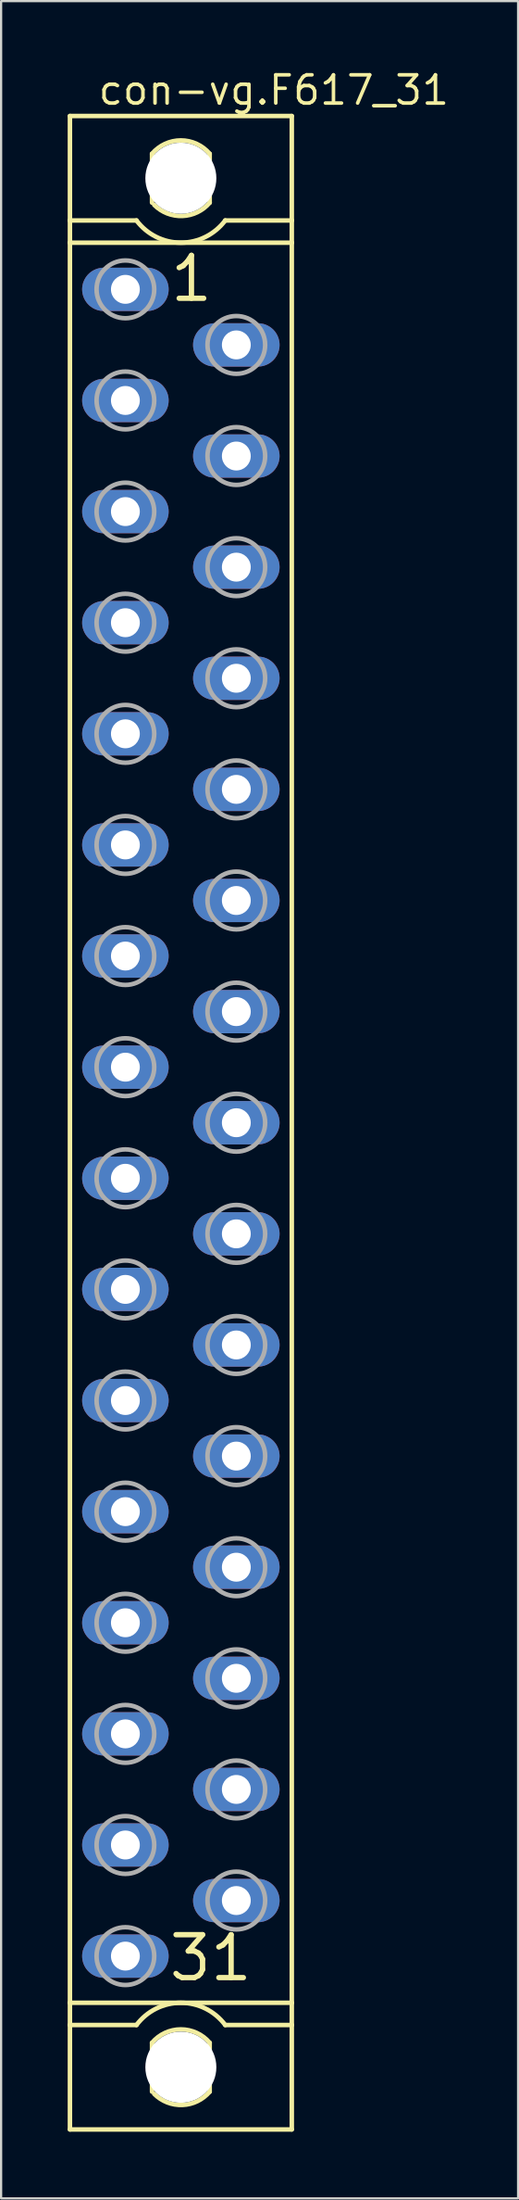
<source format=kicad_pcb>
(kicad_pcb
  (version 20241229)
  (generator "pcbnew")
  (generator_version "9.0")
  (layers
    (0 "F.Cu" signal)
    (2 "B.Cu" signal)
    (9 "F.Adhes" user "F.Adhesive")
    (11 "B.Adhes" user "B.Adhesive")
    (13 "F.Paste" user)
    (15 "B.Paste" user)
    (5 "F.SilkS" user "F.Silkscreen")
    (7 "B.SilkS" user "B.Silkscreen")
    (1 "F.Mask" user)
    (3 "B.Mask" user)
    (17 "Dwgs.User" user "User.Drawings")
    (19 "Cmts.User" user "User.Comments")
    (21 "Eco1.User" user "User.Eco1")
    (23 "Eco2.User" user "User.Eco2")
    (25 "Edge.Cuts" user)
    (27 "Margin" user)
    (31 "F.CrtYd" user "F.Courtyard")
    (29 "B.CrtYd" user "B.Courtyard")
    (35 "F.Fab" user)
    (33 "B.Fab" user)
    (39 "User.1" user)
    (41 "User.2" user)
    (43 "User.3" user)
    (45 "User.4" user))
  (footprint "con-vg.F617_31"
    (layer "F.Cu")
    (at 5.102 47.47)
    (property "Reference" "con-vg.F617_31" (at -3.81 -45.72 0) (layer "F.SilkS") (effects (font (size 1.27 1.27) (thickness 0.16)) (justify left bottom)))
    (attr through_hole)
    (fp_line (start -5 -45.3) (end -5 -40.6) (stroke (width 0.203) (type default)) (layer "F.SilkS"))
    (fp_line (start -5 -40.6) (end -5 -39.6) (stroke (width 0.203) (type default)) (layer "F.SilkS"))
    (fp_line (start -5 -40.6) (end -2 -40.6) (stroke (width 0.203) (type default)) (layer "F.SilkS"))
    (fp_line (start -5 -39.6) (end -5 39.6) (stroke (width 0.203) (type default)) (layer "F.SilkS"))
    (fp_line (start -5 -39.6) (end 5 -39.6) (stroke (width 0.203) (type default)) (layer "F.SilkS"))
    (fp_line (start -5 39.6) (end -5 40.6) (stroke (width 0.203) (type default)) (layer "F.SilkS"))
    (fp_line (start -5 40.6) (end -5 45.3) (stroke (width 0.203) (type default)) (layer "F.SilkS"))
    (fp_line (start -5 45.3) (end 5 45.3) (stroke (width 0.203) (type default)) (layer "F.SilkS"))
    (fp_line (start -2 40.6) (end -5 40.6) (stroke (width 0.203) (type default)) (layer "F.SilkS"))
    (fp_line (start -1.3 -41.4) (end -1.3 -43.6) (stroke (width 0.203) (type default)) (layer "F.SilkS"))
    (fp_line (start -1.3 43.6) (end -1.3 41.4) (stroke (width 0.203) (type default)) (layer "F.SilkS"))
    (fp_line (start 1.3 -43.6) (end 1.3 -41.4) (stroke (width 0.203) (type default)) (layer "F.SilkS"))
    (fp_line (start 1.3 41.4) (end 1.3 43.6) (stroke (width 0.203) (type default)) (layer "F.SilkS"))
    (fp_line (start 2 -40.6) (end 5 -40.6) (stroke (width 0.203) (type default)) (layer "F.SilkS"))
    (fp_line (start 5 -45.3) (end -5 -45.3) (stroke (width 0.203) (type default)) (layer "F.SilkS"))
    (fp_line (start 5 -40.6) (end 5 -45.3) (stroke (width 0.203) (type default)) (layer "F.SilkS"))
    (fp_line (start 5 -39.6) (end 5 -40.6) (stroke (width 0.203) (type default)) (layer "F.SilkS"))
    (fp_line (start 5 39.6) (end -5 39.6) (stroke (width 0.203) (type default)) (layer "F.SilkS"))
    (fp_line (start 5 39.6) (end 5 -39.6) (stroke (width 0.203) (type default)) (layer "F.SilkS"))
    (fp_line (start 5 40.6) (end 2 40.6) (stroke (width 0.203) (type default)) (layer "F.SilkS"))
    (fp_line (start 5 40.6) (end 5 39.6) (stroke (width 0.203) (type default)) (layer "F.SilkS"))
    (fp_line (start 5 45.3) (end 5 40.6) (stroke (width 0.203) (type default)) (layer "F.SilkS"))
    (fp_arc (start -2 40.6) (mid 0 39.6) (end 2 40.6) (stroke (width 0.2032) (type default)) (layer "F.SilkS"))
    (fp_arc (start -1.3 -43.6) (mid 0 -44.202903) (end 1.3 -43.6) (stroke (width 0.2032) (type default)) (layer "F.SilkS"))
    (fp_arc (start -1.3 41.4) (mid 0 40.797061) (end 1.3 41.4) (stroke (width 0.2032) (type default)) (layer "F.SilkS"))
    (fp_arc (start 1.3 -41.4) (mid 0.071984 -40.801404) (end -1.2 -41.2998) (stroke (width 0.2032) (type default)) (layer "F.SilkS"))
    (fp_arc (start 1.3 43.6) (mid 0.071841 44.19857) (end -1.2002 43.7) (stroke (width 0.2032) (type default)) (layer "F.SilkS"))
    (fp_arc (start 2 -40.6) (mid 0 -39.6) (end -2 -40.6) (stroke (width 0.2032) (type default)) (layer "F.SilkS"))
    (fp_circle (center -2.5 -37.5) (end -1.2 -37.5) (stroke (width 0.203) (type default)) (fill no) (layer "F.Fab"))
    (fp_circle (center -2.5 -32.5) (end -1.2 -32.5) (stroke (width 0.203) (type default)) (fill no) (layer "F.Fab"))
    (fp_circle (center -2.5 -27.5) (end -1.2 -27.5) (stroke (width 0.203) (type default)) (fill no) (layer "F.Fab"))
    (fp_circle (center -2.5 -22.5) (end -1.2 -22.5) (stroke (width 0.203) (type default)) (fill no) (layer "F.Fab"))
    (fp_circle (center -2.5 -17.5) (end -1.2 -17.5) (stroke (width 0.203) (type default)) (fill no) (layer "F.Fab"))
    (fp_circle (center -2.5 -12.5) (end -1.2 -12.5) (stroke (width 0.203) (type default)) (fill no) (layer "F.Fab"))
    (fp_circle (center -2.5 -7.5) (end -1.2 -7.5) (stroke (width 0.203) (type default)) (fill no) (layer "F.Fab"))
    (fp_circle (center -2.5 -2.5) (end -1.2 -2.5) (stroke (width 0.203) (type default)) (fill no) (layer "F.Fab"))
    (fp_circle (center -2.5 2.5) (end -1.2 2.5) (stroke (width 0.203) (type default)) (fill no) (layer "F.Fab"))
    (fp_circle (center -2.5 7.5) (end -1.2 7.5) (stroke (width 0.203) (type default)) (fill no) (layer "F.Fab"))
    (fp_circle (center -2.5 12.5) (end -1.2 12.5) (stroke (width 0.203) (type default)) (fill no) (layer "F.Fab"))
    (fp_circle (center -2.5 17.5) (end -1.2 17.5) (stroke (width 0.203) (type default)) (fill no) (layer "F.Fab"))
    (fp_circle (center -2.5 22.5) (end -1.2 22.5) (stroke (width 0.203) (type default)) (fill no) (layer "F.Fab"))
    (fp_circle (center -2.5 27.5) (end -1.2 27.5) (stroke (width 0.203) (type default)) (fill no) (layer "F.Fab"))
    (fp_circle (center -2.5 32.5) (end -1.2 32.5) (stroke (width 0.203) (type default)) (fill no) (layer "F.Fab"))
    (fp_circle (center -2.5 37.5) (end -1.2 37.5) (stroke (width 0.203) (type default)) (fill no) (layer "F.Fab"))
    (fp_circle (center 2.5 -35) (end 3.8 -35) (stroke (width 0.203) (type default)) (fill no) (layer "F.Fab"))
    (fp_circle (center 2.5 -30) (end 3.8 -30) (stroke (width 0.203) (type default)) (fill no) (layer "F.Fab"))
    (fp_circle (center 2.5 -25) (end 3.8 -25) (stroke (width 0.203) (type default)) (fill no) (layer "F.Fab"))
    (fp_circle (center 2.5 -20) (end 3.8 -20) (stroke (width 0.203) (type default)) (fill no) (layer "F.Fab"))
    (fp_circle (center 2.5 -15) (end 3.8 -15) (stroke (width 0.203) (type default)) (fill no) (layer "F.Fab"))
    (fp_circle (center 2.5 -10) (end 3.8 -10) (stroke (width 0.203) (type default)) (fill no) (layer "F.Fab"))
    (fp_circle (center 2.5 -5) (end 3.8 -5) (stroke (width 0.203) (type default)) (fill no) (layer "F.Fab"))
    (fp_circle (center 2.5 0) (end 3.8 0) (stroke (width 0.203) (type default)) (fill no) (layer "F.Fab"))
    (fp_circle (center 2.5 5) (end 3.8 5) (stroke (width 0.203) (type default)) (fill no) (layer "F.Fab"))
    (fp_circle (center 2.5 10) (end 3.8 10) (stroke (width 0.203) (type default)) (fill no) (layer "F.Fab"))
    (fp_circle (center 2.5 15) (end 3.8 15) (stroke (width 0.203) (type default)) (fill no) (layer "F.Fab"))
    (fp_circle (center 2.5 20) (end 3.8 20) (stroke (width 0.203) (type default)) (fill no) (layer "F.Fab"))
    (fp_circle (center 2.5 25) (end 3.8 25) (stroke (width 0.203) (type default)) (fill no) (layer "F.Fab"))
    (fp_circle (center 2.5 30) (end 3.8 30) (stroke (width 0.203) (type default)) (fill no) (layer "F.Fab"))
    (fp_circle (center 2.5 35) (end 3.8 35) (stroke (width 0.203) (type default)) (fill no) (layer "F.Fab"))
    (fp_text user "1" (at -0.6 -36.85 0) (layer "F.SilkS") (effects (font (size 1.93 1.93) (thickness 0.24)) (justify left bottom)))
    (fp_text user "31" (at -0.65 38.715 0) (layer "F.SilkS") (effects (font (size 1.93 1.93) (thickness 0.24)) (justify left bottom)))
    (pad "" np_thru_hole circle (at 0 -42.5) (size 3.2 3.2) (drill 3.2) (layers "*.Cu" "*.Mask"))
    (pad "" np_thru_hole circle (at 0 42.5) (size 3.2 3.2) (drill 3.2) (layers "*.Cu" "*.Mask"))
    (pad "1" thru_hole oval (at -2.5 -37.5) (size 3.9 1.95) (drill 1.3) (layers "*.Cu" "*.Mask"))
    (pad "2" thru_hole oval (at 2.5 -35) (size 3.9 1.95) (drill 1.3) (layers "*.Cu" "*.Mask"))
    (pad "3" thru_hole oval (at -2.5 -32.5) (size 3.9 1.95) (drill 1.3) (layers "*.Cu" "*.Mask"))
    (pad "4" thru_hole oval (at 2.5 -30) (size 3.9 1.95) (drill 1.3) (layers "*.Cu" "*.Mask"))
    (pad "5" thru_hole oval (at -2.5 -27.5) (size 3.9 1.95) (drill 1.3) (layers "*.Cu" "*.Mask"))
    (pad "6" thru_hole oval (at 2.5 -25) (size 3.9 1.95) (drill 1.3) (layers "*.Cu" "*.Mask"))
    (pad "7" thru_hole oval (at -2.5 -22.5) (size 3.9 1.95) (drill 1.3) (layers "*.Cu" "*.Mask"))
    (pad "8" thru_hole oval (at 2.5 -20) (size 3.9 1.95) (drill 1.3) (layers "*.Cu" "*.Mask"))
    (pad "9" thru_hole oval (at -2.5 -17.5) (size 3.9 1.95) (drill 1.3) (layers "*.Cu" "*.Mask"))
    (pad "10" thru_hole oval (at 2.5 -15) (size 3.9 1.95) (drill 1.3) (layers "*.Cu" "*.Mask"))
    (pad "11" thru_hole oval (at -2.5 -12.5) (size 3.9 1.95) (drill 1.3) (layers "*.Cu" "*.Mask"))
    (pad "12" thru_hole oval (at 2.5 -10) (size 3.9 1.95) (drill 1.3) (layers "*.Cu" "*.Mask"))
    (pad "13" thru_hole oval (at -2.5 -7.5) (size 3.9 1.95) (drill 1.3) (layers "*.Cu" "*.Mask"))
    (pad "14" thru_hole oval (at 2.5 -5) (size 3.9 1.95) (drill 1.3) (layers "*.Cu" "*.Mask"))
    (pad "15" thru_hole oval (at -2.5 -2.5) (size 3.9 1.95) (drill 1.3) (layers "*.Cu" "*.Mask"))
    (pad "16" thru_hole oval (at 2.5 0) (size 3.9 1.95) (drill 1.3) (layers "*.Cu" "*.Mask"))
    (pad "17" thru_hole oval (at -2.5 2.5) (size 3.9 1.95) (drill 1.3) (layers "*.Cu" "*.Mask"))
    (pad "18" thru_hole oval (at 2.5 5) (size 3.9 1.95) (drill 1.3) (layers "*.Cu" "*.Mask"))
    (pad "19" thru_hole oval (at -2.5 7.5) (size 3.9 1.95) (drill 1.3) (layers "*.Cu" "*.Mask"))
    (pad "20" thru_hole oval (at 2.5 10) (size 3.9 1.95) (drill 1.3) (layers "*.Cu" "*.Mask"))
    (pad "21" thru_hole oval (at -2.5 12.5) (size 3.9 1.95) (drill 1.3) (layers "*.Cu" "*.Mask"))
    (pad "22" thru_hole oval (at 2.5 15) (size 3.9 1.95) (drill 1.3) (layers "*.Cu" "*.Mask"))
    (pad "23" thru_hole oval (at -2.5 17.5) (size 3.9 1.95) (drill 1.3) (layers "*.Cu" "*.Mask"))
    (pad "24" thru_hole oval (at 2.5 20) (size 3.9 1.95) (drill 1.3) (layers "*.Cu" "*.Mask"))
    (pad "25" thru_hole oval (at -2.5 22.5) (size 3.9 1.95) (drill 1.3) (layers "*.Cu" "*.Mask"))
    (pad "26" thru_hole oval (at 2.5 25) (size 3.9 1.95) (drill 1.3) (layers "*.Cu" "*.Mask"))
    (pad "27" thru_hole oval (at -2.5 27.5) (size 3.9 1.95) (drill 1.3) (layers "*.Cu" "*.Mask"))
    (pad "28" thru_hole oval (at 2.5 30) (size 3.9 1.95) (drill 1.3) (layers "*.Cu" "*.Mask"))
    (pad "29" thru_hole oval (at -2.5 32.5) (size 3.9 1.95) (drill 1.3) (layers "*.Cu" "*.Mask"))
    (pad "30" thru_hole oval (at 2.5 35) (size 3.9 1.95) (drill 1.3) (layers "*.Cu" "*.Mask"))
    (pad "31" thru_hole oval (at -2.5 37.5) (size 3.9 1.95) (drill 1.3) (layers "*.Cu" "*.Mask")))
  (gr_rect
    (start -3 -3)
    (end 20.302 95.872)
    (stroke (width 0.1) (type default))
    (fill no)
    (layer "Edge.Cuts")))
</source>
